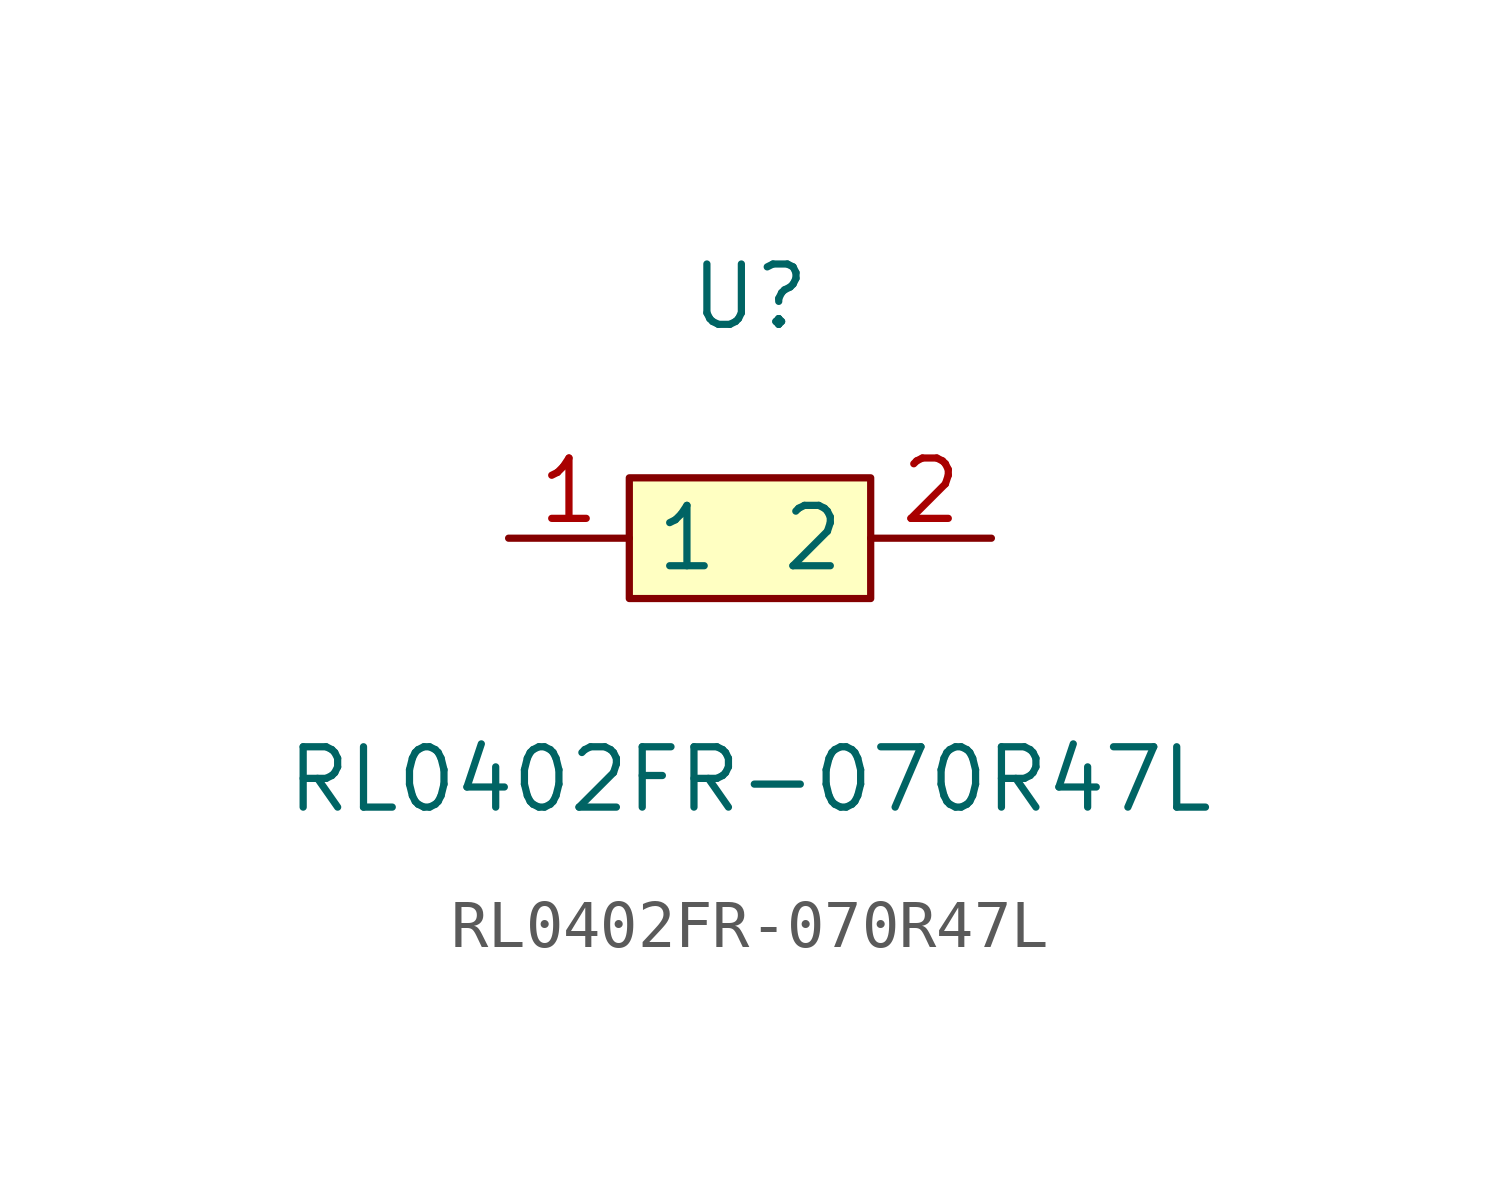
<source format=kicad_sym>
(kicad_symbol_lib
  (version 1)
  (generator "faebryk")
  (symbol "RL0402FR-070R47L"
    (property "Reference" "U"
      (at 0 5.08 0)
      (effects (font (size 1.27 1.27)) (hide no)))
    (property "Value" "RL0402FR-070R47L"
      (at 0 -5.08 0)
      (effects (font (size 1.27 1.27)) (hide no)))
    (symbol "RL0402FR-070R47L_0_1"
      (rectangle (start -2.54 1.27) (end 2.54 -1.27) (stroke (width 0) (type default) (color 0 0 0 0)) (fill (type background)))
      (pin unspecified line (at -5.08 0 0) (length 2.54) (name "1" (effects (font (size 1.27 1.27)) (hide no))) (number "1" (effects (font (size 1.27 1.27)) (hide no))))
      (pin unspecified line (at 5.08 0 180) (length 2.54) (name "2" (effects (font (size 1.27 1.27)) (hide no))) (number "2" (effects (font (size 1.27 1.27)) (hide no)))))))
</source>
